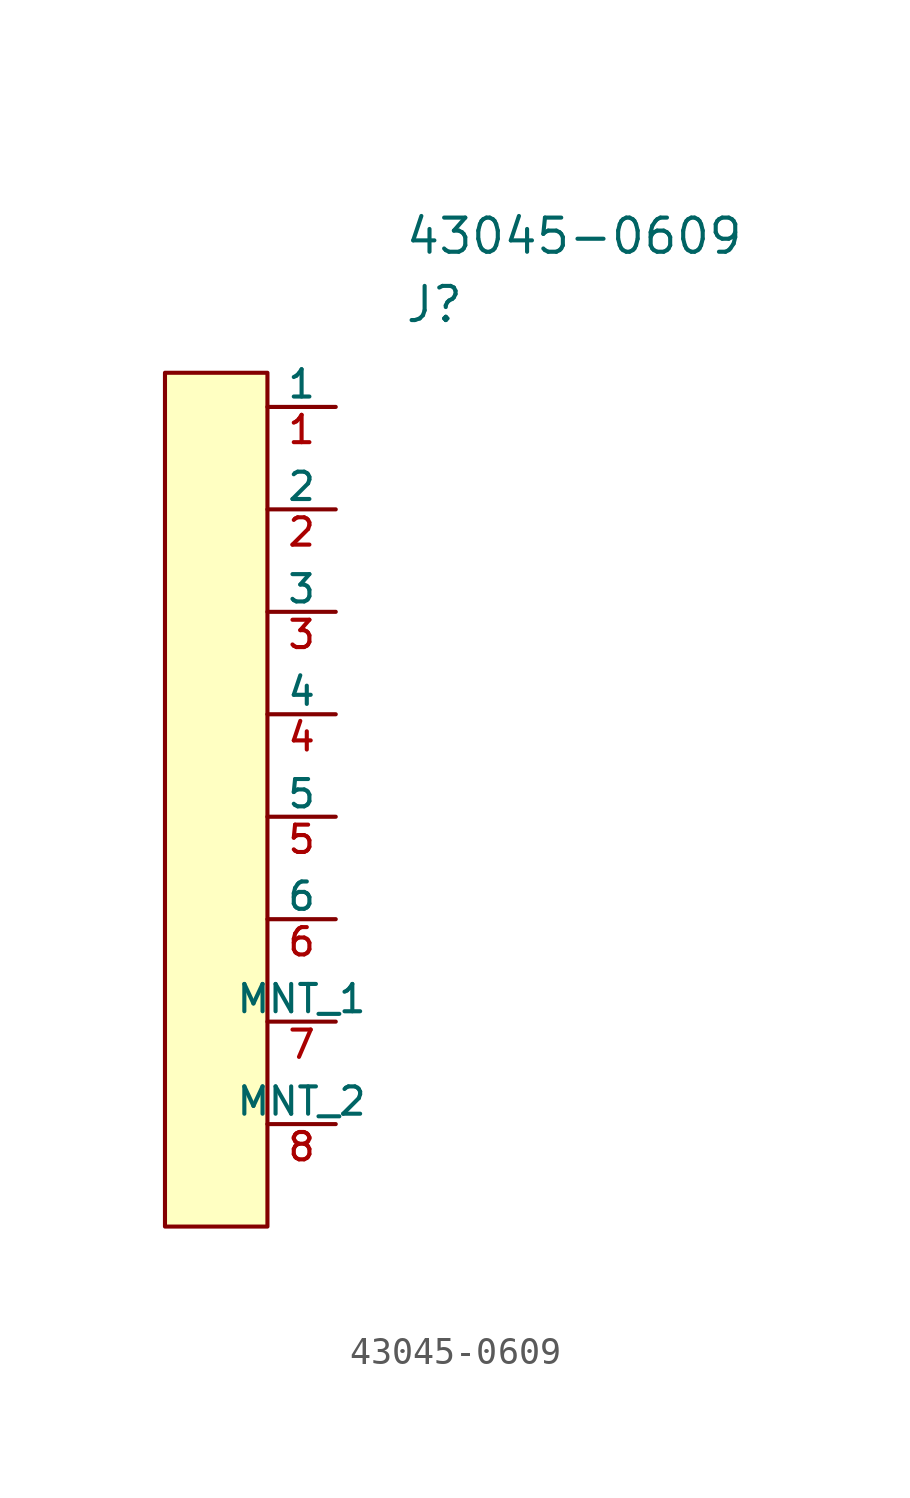
<source format=kicad_sym>
(kicad_symbol_lib
  (version 20211014)
  (generator kicad_symbol_editor)
  (symbol "43045-0609"
    (pin_names
      (offset 0))
    (property "Reference" "J"
      (at 0 7.62 0)
      (effects (font (size 1.27 1.27)) (justify left)))
    (property "Value" "43045-0609"
      (at 0 10.16 0)
      (effects (font (size 1.27 1.27)) (justify left)))
    (symbol "43045-0609_1_1"
      (rectangle (start -8.89 5.08) (end -5.08 -26.67) (stroke (width 0) (type default) (color 0 0 0 0)) (fill (type background)))
      (pin passive line (at -2.54 3.81 180) (length 2.54) (name "1" (effects (font (size 1.016 1.016)))) (number "1" (effects (font (size 1.016 1.016)))))
      (pin passive line (at -2.54 0 180) (length 2.54) (name "2" (effects (font (size 1.016 1.016)))) (number "2" (effects (font (size 1.016 1.016)))))
      (pin passive line (at -2.54 -3.81 180) (length 2.54) (name "3" (effects (font (size 1.016 1.016)))) (number "3" (effects (font (size 1.016 1.016)))))
      (pin passive line (at -2.54 -7.62 180) (length 2.54) (name "4" (effects (font (size 1.016 1.016)))) (number "4" (effects (font (size 1.016 1.016)))))
      (pin passive line (at -2.54 -11.43 180) (length 2.54) (name "5" (effects (font (size 1.016 1.016)))) (number "5" (effects (font (size 1.016 1.016)))))
      (pin passive line (at -2.54 -15.24 180) (length 2.54) (name "6" (effects (font (size 1.016 1.016)))) (number "6" (effects (font (size 1.016 1.016)))))
      (pin passive line (at -2.54 -19.05 180) (length 2.54) (name "MNT_1" (effects (font (size 1.016 1.016)))) (number "7" (effects (font (size 1.016 1.016)))))
      (pin passive line (at -2.54 -22.86 180) (length 2.54) (name "MNT_2" (effects (font (size 1.016 1.016)))) (number "8" (effects (font (size 1.016 1.016))))))))
</source>
